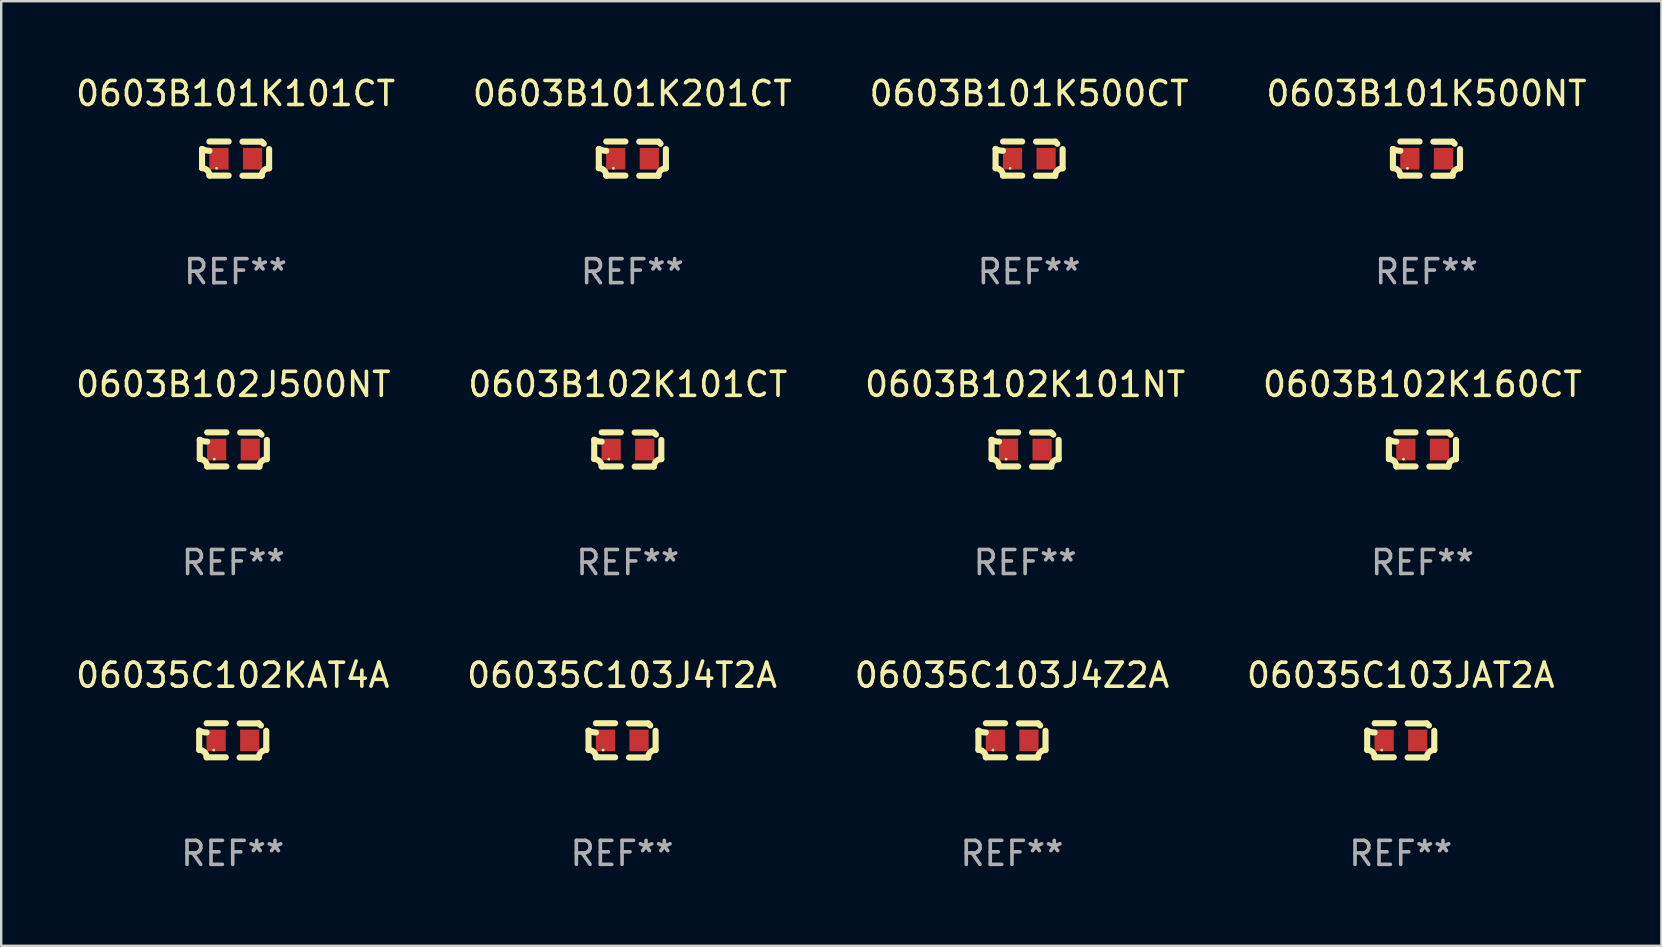
<source format=kicad_pcb>
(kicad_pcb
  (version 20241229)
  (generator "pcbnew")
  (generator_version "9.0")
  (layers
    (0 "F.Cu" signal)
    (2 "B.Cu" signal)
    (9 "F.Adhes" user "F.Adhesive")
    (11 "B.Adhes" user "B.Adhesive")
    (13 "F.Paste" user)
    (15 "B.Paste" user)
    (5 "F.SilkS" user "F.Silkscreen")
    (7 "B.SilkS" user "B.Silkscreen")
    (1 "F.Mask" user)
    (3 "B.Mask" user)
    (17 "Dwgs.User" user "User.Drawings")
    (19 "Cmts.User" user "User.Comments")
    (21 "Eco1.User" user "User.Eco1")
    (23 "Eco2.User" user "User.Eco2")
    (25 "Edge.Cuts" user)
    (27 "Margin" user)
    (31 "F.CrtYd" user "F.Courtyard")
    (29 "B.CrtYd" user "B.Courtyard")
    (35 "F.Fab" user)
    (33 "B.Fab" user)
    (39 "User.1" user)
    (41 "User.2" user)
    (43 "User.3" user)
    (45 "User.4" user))
  (footprint "06035C103JAT2A"
    (layer "F.Cu")
    (at 55.327 27.805)
    (property "Reference" "06035C103JAT2A" (at 0 -2.713 0) (layer "F.SilkS") (effects (font (size 1 1) (thickness 0.15))))
    (attr through_hole)
    (fp_line (start -1.398 -0.403) (end -1.398 0.397) (stroke (width 0.254) (type solid)) (layer "F.SilkS"))
    (fp_line (start -0.288 -0.713) (end -1.088 -0.713) (stroke (width 0.254) (type solid)) (layer "F.SilkS"))
    (fp_line (start -0.288 0.707) (end -1.088 0.707) (stroke (width 0.254) (type solid)) (layer "F.SilkS"))
    (fp_line (start 0.288 -0.707) (end 1.088 -0.707) (stroke (width 0.254) (type solid)) (layer "F.SilkS"))
    (fp_line (start 0.288 0.713) (end 1.088 0.713) (stroke (width 0.254) (type solid)) (layer "F.SilkS"))
    (fp_line (start 1.398 -0.397) (end 1.398 0.403) (stroke (width 0.254) (type solid)) (layer "F.SilkS"))
    (fp_arc (start -1.397789 0.397066) (mid -1.178701 0.487826) (end -1.08796 0.706922) (stroke (width 0.254001) (type solid)) (layer "F.SilkS"))
    (fp_arc (start -1.08796 -0.327176) (mid -1.247436 -0.346384) (end -1.39779 -0.402908) (stroke (width 0.254001) (type solid)) (layer "F.SilkS"))
    (fp_arc (start 1.087909 0.712738) (mid 1.178656 0.493655) (end 1.397739 0.402908) (stroke (width 0.254001) (type solid)) (layer "F.SilkS"))
    (fp_arc (start 1.175925 -0.618926) (mid 1.131917 -0.662923) (end 1.08791 -0.706922) (stroke (width 0.254001) (type solid)) (layer "F.SilkS"))
    (fp_circle (center -0.792 0.403) (end -0.762 0.403) (stroke (width 0.06) (type solid)) (fill no) (layer "F.SilkS"))
    (fp_text user "REF**" (at 0 4.713 0) (layer "F.Fab") (effects (font (size 1 1) (thickness 0.15))))
    (pad "1" smd rect (at -0.692 0.003) (size 0.8 0.9) (layers "F.Cu" "F.Mask" "F.Paste"))
    (pad "2" smd rect (at 0.708 0.003) (size 0.8 0.9) (layers "F.Cu" "F.Mask" "F.Paste")))
  (footprint "0603B101K500NT"
    (layer "F.Cu")
    (at 56.399 3.561)
    (property "Reference" "0603B101K500NT" (at 0 -2.713 0) (layer "F.SilkS") (effects (font (size 1 1) (thickness 0.15))))
    (attr through_hole)
    (fp_line (start -1.398 -0.403) (end -1.398 0.397) (stroke (width 0.254) (type solid)) (layer "F.SilkS"))
    (fp_line (start -0.288 -0.713) (end -1.088 -0.713) (stroke (width 0.254) (type solid)) (layer "F.SilkS"))
    (fp_line (start -0.288 0.707) (end -1.088 0.707) (stroke (width 0.254) (type solid)) (layer "F.SilkS"))
    (fp_line (start 0.288 -0.707) (end 1.088 -0.707) (stroke (width 0.254) (type solid)) (layer "F.SilkS"))
    (fp_line (start 0.288 0.713) (end 1.088 0.713) (stroke (width 0.254) (type solid)) (layer "F.SilkS"))
    (fp_line (start 1.398 -0.397) (end 1.398 0.403) (stroke (width 0.254) (type solid)) (layer "F.SilkS"))
    (fp_arc (start -1.397789 0.397066) (mid -1.178701 0.487826) (end -1.08796 0.706922) (stroke (width 0.254001) (type solid)) (layer "F.SilkS"))
    (fp_arc (start -1.08796 -0.327176) (mid -1.247436 -0.346384) (end -1.39779 -0.402908) (stroke (width 0.254001) (type solid)) (layer "F.SilkS"))
    (fp_arc (start 1.087909 0.712738) (mid 1.178656 0.493655) (end 1.397739 0.402908) (stroke (width 0.254001) (type solid)) (layer "F.SilkS"))
    (fp_arc (start 1.175925 -0.618926) (mid 1.131917 -0.662923) (end 1.08791 -0.706922) (stroke (width 0.254001) (type solid)) (layer "F.SilkS"))
    (fp_circle (center -0.792 0.403) (end -0.762 0.403) (stroke (width 0.06) (type solid)) (fill no) (layer "F.SilkS"))
    (fp_text user "REF**" (at 0 4.713 0) (layer "F.Fab") (effects (font (size 1 1) (thickness 0.15))))
    (pad "1" smd rect (at -0.692 0.003) (size 0.8 0.9) (layers "F.Cu" "F.Mask" "F.Paste"))
    (pad "2" smd rect (at 0.708 0.003) (size 0.8 0.9) (layers "F.Cu" "F.Mask" "F.Paste")))
  (footprint "0603B101K500CT"
    (layer "F.Cu")
    (at 39.839 3.561)
    (property "Reference" "0603B101K500CT" (at 0 -2.713 0) (layer "F.SilkS") (effects (font (size 1 1) (thickness 0.15))))
    (attr through_hole)
    (fp_line (start -1.398 -0.403) (end -1.398 0.397) (stroke (width 0.254) (type solid)) (layer "F.SilkS"))
    (fp_line (start -0.288 -0.713) (end -1.088 -0.713) (stroke (width 0.254) (type solid)) (layer "F.SilkS"))
    (fp_line (start -0.288 0.707) (end -1.088 0.707) (stroke (width 0.254) (type solid)) (layer "F.SilkS"))
    (fp_line (start 0.288 -0.707) (end 1.088 -0.707) (stroke (width 0.254) (type solid)) (layer "F.SilkS"))
    (fp_line (start 0.288 0.713) (end 1.088 0.713) (stroke (width 0.254) (type solid)) (layer "F.SilkS"))
    (fp_line (start 1.398 -0.397) (end 1.398 0.403) (stroke (width 0.254) (type solid)) (layer "F.SilkS"))
    (fp_arc (start -1.397789 0.397066) (mid -1.178701 0.487826) (end -1.08796 0.706922) (stroke (width 0.254001) (type solid)) (layer "F.SilkS"))
    (fp_arc (start -1.08796 -0.327176) (mid -1.247436 -0.346384) (end -1.39779 -0.402908) (stroke (width 0.254001) (type solid)) (layer "F.SilkS"))
    (fp_arc (start 1.087909 0.712738) (mid 1.178656 0.493655) (end 1.397739 0.402908) (stroke (width 0.254001) (type solid)) (layer "F.SilkS"))
    (fp_arc (start 1.175925 -0.618926) (mid 1.131917 -0.662923) (end 1.08791 -0.706922) (stroke (width 0.254001) (type solid)) (layer "F.SilkS"))
    (fp_circle (center -0.792 0.403) (end -0.762 0.403) (stroke (width 0.06) (type solid)) (fill no) (layer "F.SilkS"))
    (fp_text user "REF**" (at 0 4.713 0) (layer "F.Fab") (effects (font (size 1 1) (thickness 0.15))))
    (pad "1" smd rect (at -0.692 0.003) (size 0.8 0.9) (layers "F.Cu" "F.Mask" "F.Paste"))
    (pad "2" smd rect (at 0.708 0.003) (size 0.8 0.9) (layers "F.Cu" "F.Mask" "F.Paste")))
  (footprint "0603B101K101CT"
    (layer "F.Cu")
    (at 6.768 3.561)
    (property "Reference" "0603B101K101CT" (at 0 -2.713 0) (layer "F.SilkS") (effects (font (size 1 1) (thickness 0.15))))
    (attr through_hole)
    (fp_line (start -1.398 -0.403) (end -1.398 0.397) (stroke (width 0.254) (type solid)) (layer "F.SilkS"))
    (fp_line (start -0.288 -0.713) (end -1.088 -0.713) (stroke (width 0.254) (type solid)) (layer "F.SilkS"))
    (fp_line (start -0.288 0.707) (end -1.088 0.707) (stroke (width 0.254) (type solid)) (layer "F.SilkS"))
    (fp_line (start 0.288 -0.707) (end 1.088 -0.707) (stroke (width 0.254) (type solid)) (layer "F.SilkS"))
    (fp_line (start 0.288 0.713) (end 1.088 0.713) (stroke (width 0.254) (type solid)) (layer "F.SilkS"))
    (fp_line (start 1.398 -0.397) (end 1.398 0.403) (stroke (width 0.254) (type solid)) (layer "F.SilkS"))
    (fp_arc (start -1.397789 0.397066) (mid -1.178701 0.487826) (end -1.08796 0.706922) (stroke (width 0.254001) (type solid)) (layer "F.SilkS"))
    (fp_arc (start -1.08796 -0.327176) (mid -1.247436 -0.346384) (end -1.39779 -0.402908) (stroke (width 0.254001) (type solid)) (layer "F.SilkS"))
    (fp_arc (start 1.087909 0.712738) (mid 1.178656 0.493655) (end 1.397739 0.402908) (stroke (width 0.254001) (type solid)) (layer "F.SilkS"))
    (fp_arc (start 1.175925 -0.618926) (mid 1.131917 -0.662923) (end 1.08791 -0.706922) (stroke (width 0.254001) (type solid)) (layer "F.SilkS"))
    (fp_circle (center -0.792 0.403) (end -0.762 0.403) (stroke (width 0.06) (type solid)) (fill no) (layer "F.SilkS"))
    (fp_text user "REF**" (at 0 4.713 0) (layer "F.Fab") (effects (font (size 1 1) (thickness 0.15))))
    (pad "1" smd rect (at -0.692 0.003) (size 0.8 0.9) (layers "F.Cu" "F.Mask" "F.Paste"))
    (pad "2" smd rect (at 0.708 0.003) (size 0.8 0.9) (layers "F.Cu" "F.Mask" "F.Paste")))
  (footprint "0603B101K201CT"
    (layer "F.Cu")
    (at 23.304 3.561)
    (property "Reference" "0603B101K201CT" (at 0 -2.713 0) (layer "F.SilkS") (effects (font (size 1 1) (thickness 0.15))))
    (attr through_hole)
    (fp_line (start -1.398 -0.403) (end -1.398 0.397) (stroke (width 0.254) (type solid)) (layer "F.SilkS"))
    (fp_line (start -0.288 -0.713) (end -1.088 -0.713) (stroke (width 0.254) (type solid)) (layer "F.SilkS"))
    (fp_line (start -0.288 0.707) (end -1.088 0.707) (stroke (width 0.254) (type solid)) (layer "F.SilkS"))
    (fp_line (start 0.288 -0.707) (end 1.088 -0.707) (stroke (width 0.254) (type solid)) (layer "F.SilkS"))
    (fp_line (start 0.288 0.713) (end 1.088 0.713) (stroke (width 0.254) (type solid)) (layer "F.SilkS"))
    (fp_line (start 1.398 -0.397) (end 1.398 0.403) (stroke (width 0.254) (type solid)) (layer "F.SilkS"))
    (fp_arc (start -1.397789 0.397066) (mid -1.178701 0.487826) (end -1.08796 0.706922) (stroke (width 0.254001) (type solid)) (layer "F.SilkS"))
    (fp_arc (start -1.08796 -0.327176) (mid -1.247436 -0.346384) (end -1.39779 -0.402908) (stroke (width 0.254001) (type solid)) (layer "F.SilkS"))
    (fp_arc (start 1.087909 0.712738) (mid 1.178656 0.493655) (end 1.397739 0.402908) (stroke (width 0.254001) (type solid)) (layer "F.SilkS"))
    (fp_arc (start 1.175925 -0.618926) (mid 1.131917 -0.662923) (end 1.08791 -0.706922) (stroke (width 0.254001) (type solid)) (layer "F.SilkS"))
    (fp_circle (center -0.792 0.403) (end -0.762 0.403) (stroke (width 0.06) (type solid)) (fill no) (layer "F.SilkS"))
    (fp_text user "REF**" (at 0 4.713 0) (layer "F.Fab") (effects (font (size 1 1) (thickness 0.15))))
    (pad "1" smd rect (at -0.692 0.003) (size 0.8 0.9) (layers "F.Cu" "F.Mask" "F.Paste"))
    (pad "2" smd rect (at 0.708 0.003) (size 0.8 0.9) (layers "F.Cu" "F.Mask" "F.Paste")))
  (footprint "0603B102J500NT"
    (layer "F.Cu")
    (at 6.673 15.683)
    (property "Reference" "0603B102J500NT" (at 0 -2.713 0) (layer "F.SilkS") (effects (font (size 1 1) (thickness 0.15))))
    (attr through_hole)
    (fp_line (start -1.398 -0.403) (end -1.398 0.397) (stroke (width 0.254) (type solid)) (layer "F.SilkS"))
    (fp_line (start -0.288 -0.713) (end -1.088 -0.713) (stroke (width 0.254) (type solid)) (layer "F.SilkS"))
    (fp_line (start -0.288 0.707) (end -1.088 0.707) (stroke (width 0.254) (type solid)) (layer "F.SilkS"))
    (fp_line (start 0.288 -0.707) (end 1.088 -0.707) (stroke (width 0.254) (type solid)) (layer "F.SilkS"))
    (fp_line (start 0.288 0.713) (end 1.088 0.713) (stroke (width 0.254) (type solid)) (layer "F.SilkS"))
    (fp_line (start 1.398 -0.397) (end 1.398 0.403) (stroke (width 0.254) (type solid)) (layer "F.SilkS"))
    (fp_arc (start -1.397789 0.397066) (mid -1.178701 0.487826) (end -1.08796 0.706922) (stroke (width 0.254001) (type solid)) (layer "F.SilkS"))
    (fp_arc (start -1.08796 -0.327176) (mid -1.247436 -0.346384) (end -1.39779 -0.402908) (stroke (width 0.254001) (type solid)) (layer "F.SilkS"))
    (fp_arc (start 1.087909 0.712738) (mid 1.178656 0.493655) (end 1.397739 0.402908) (stroke (width 0.254001) (type solid)) (layer "F.SilkS"))
    (fp_arc (start 1.175925 -0.618926) (mid 1.131917 -0.662923) (end 1.08791 -0.706922) (stroke (width 0.254001) (type solid)) (layer "F.SilkS"))
    (fp_circle (center -0.792 0.403) (end -0.762 0.403) (stroke (width 0.06) (type solid)) (fill no) (layer "F.SilkS"))
    (fp_text user "REF**" (at 0 4.713 0) (layer "F.Fab") (effects (font (size 1 1) (thickness 0.15))))
    (pad "1" smd rect (at -0.692 0.003) (size 0.8 0.9) (layers "F.Cu" "F.Mask" "F.Paste"))
    (pad "2" smd rect (at 0.708 0.003) (size 0.8 0.9) (layers "F.Cu" "F.Mask" "F.Paste")))
  (footprint "06035C103J4Z2A"
    (layer "F.Cu")
    (at 39.125 27.805)
    (property "Reference" "06035C103J4Z2A" (at 0 -2.713 0) (layer "F.SilkS") (effects (font (size 1 1) (thickness 0.15))))
    (attr through_hole)
    (fp_line (start -1.398 -0.403) (end -1.398 0.397) (stroke (width 0.254) (type solid)) (layer "F.SilkS"))
    (fp_line (start -0.288 -0.713) (end -1.088 -0.713) (stroke (width 0.254) (type solid)) (layer "F.SilkS"))
    (fp_line (start -0.288 0.707) (end -1.088 0.707) (stroke (width 0.254) (type solid)) (layer "F.SilkS"))
    (fp_line (start 0.288 -0.707) (end 1.088 -0.707) (stroke (width 0.254) (type solid)) (layer "F.SilkS"))
    (fp_line (start 0.288 0.713) (end 1.088 0.713) (stroke (width 0.254) (type solid)) (layer "F.SilkS"))
    (fp_line (start 1.398 -0.397) (end 1.398 0.403) (stroke (width 0.254) (type solid)) (layer "F.SilkS"))
    (fp_arc (start -1.397789 0.397066) (mid -1.178701 0.487826) (end -1.08796 0.706922) (stroke (width 0.254001) (type solid)) (layer "F.SilkS"))
    (fp_arc (start -1.08796 -0.327176) (mid -1.247436 -0.346384) (end -1.39779 -0.402908) (stroke (width 0.254001) (type solid)) (layer "F.SilkS"))
    (fp_arc (start 1.087909 0.712738) (mid 1.178656 0.493655) (end 1.397739 0.402908) (stroke (width 0.254001) (type solid)) (layer "F.SilkS"))
    (fp_arc (start 1.175925 -0.618926) (mid 1.131917 -0.662923) (end 1.08791 -0.706922) (stroke (width 0.254001) (type solid)) (layer "F.SilkS"))
    (fp_circle (center -0.792 0.403) (end -0.762 0.403) (stroke (width 0.06) (type solid)) (fill no) (layer "F.SilkS"))
    (fp_text user "REF**" (at 0 4.713 0) (layer "F.Fab") (effects (font (size 1 1) (thickness 0.15))))
    (pad "1" smd rect (at -0.692 0.003) (size 0.8 0.9) (layers "F.Cu" "F.Mask" "F.Paste"))
    (pad "2" smd rect (at 0.708 0.003) (size 0.8 0.9) (layers "F.Cu" "F.Mask" "F.Paste")))
  (footprint "0603B102K101NT"
    (layer "F.Cu")
    (at 39.673 15.683)
    (property "Reference" "0603B102K101NT" (at 0 -2.713 0) (layer "F.SilkS") (effects (font (size 1 1) (thickness 0.15))))
    (attr through_hole)
    (fp_line (start -1.398 -0.403) (end -1.398 0.397) (stroke (width 0.254) (type solid)) (layer "F.SilkS"))
    (fp_line (start -0.288 -0.713) (end -1.088 -0.713) (stroke (width 0.254) (type solid)) (layer "F.SilkS"))
    (fp_line (start -0.288 0.707) (end -1.088 0.707) (stroke (width 0.254) (type solid)) (layer "F.SilkS"))
    (fp_line (start 0.288 -0.707) (end 1.088 -0.707) (stroke (width 0.254) (type solid)) (layer "F.SilkS"))
    (fp_line (start 0.288 0.713) (end 1.088 0.713) (stroke (width 0.254) (type solid)) (layer "F.SilkS"))
    (fp_line (start 1.398 -0.397) (end 1.398 0.403) (stroke (width 0.254) (type solid)) (layer "F.SilkS"))
    (fp_arc (start -1.397789 0.397066) (mid -1.178701 0.487826) (end -1.08796 0.706922) (stroke (width 0.254001) (type solid)) (layer "F.SilkS"))
    (fp_arc (start -1.08796 -0.327176) (mid -1.247436 -0.346384) (end -1.39779 -0.402908) (stroke (width 0.254001) (type solid)) (layer "F.SilkS"))
    (fp_arc (start 1.087909 0.712738) (mid 1.178656 0.493655) (end 1.397739 0.402908) (stroke (width 0.254001) (type solid)) (layer "F.SilkS"))
    (fp_arc (start 1.175925 -0.618926) (mid 1.131917 -0.662923) (end 1.08791 -0.706922) (stroke (width 0.254001) (type solid)) (layer "F.SilkS"))
    (fp_circle (center -0.792 0.403) (end -0.762 0.403) (stroke (width 0.06) (type solid)) (fill no) (layer "F.SilkS"))
    (fp_text user "REF**" (at 0 4.713 0) (layer "F.Fab") (effects (font (size 1 1) (thickness 0.15))))
    (pad "1" smd rect (at -0.692 0.003) (size 0.8 0.9) (layers "F.Cu" "F.Mask" "F.Paste"))
    (pad "2" smd rect (at 0.708 0.003) (size 0.8 0.9) (layers "F.Cu" "F.Mask" "F.Paste")))
  (footprint "06035C102KAT4A"
    (layer "F.Cu")
    (at 6.649 27.805)
    (property "Reference" "06035C102KAT4A" (at 0 -2.713 0) (layer "F.SilkS") (effects (font (size 1 1) (thickness 0.15))))
    (attr through_hole)
    (fp_line (start -1.398 -0.403) (end -1.398 0.397) (stroke (width 0.254) (type solid)) (layer "F.SilkS"))
    (fp_line (start -0.288 -0.713) (end -1.088 -0.713) (stroke (width 0.254) (type solid)) (layer "F.SilkS"))
    (fp_line (start -0.288 0.707) (end -1.088 0.707) (stroke (width 0.254) (type solid)) (layer "F.SilkS"))
    (fp_line (start 0.288 -0.707) (end 1.088 -0.707) (stroke (width 0.254) (type solid)) (layer "F.SilkS"))
    (fp_line (start 0.288 0.713) (end 1.088 0.713) (stroke (width 0.254) (type solid)) (layer "F.SilkS"))
    (fp_line (start 1.398 -0.397) (end 1.398 0.403) (stroke (width 0.254) (type solid)) (layer "F.SilkS"))
    (fp_arc (start -1.397789 0.397066) (mid -1.178701 0.487826) (end -1.08796 0.706922) (stroke (width 0.254001) (type solid)) (layer "F.SilkS"))
    (fp_arc (start -1.08796 -0.327176) (mid -1.247436 -0.346384) (end -1.39779 -0.402908) (stroke (width 0.254001) (type solid)) (layer "F.SilkS"))
    (fp_arc (start 1.087909 0.712738) (mid 1.178656 0.493655) (end 1.397739 0.402908) (stroke (width 0.254001) (type solid)) (layer "F.SilkS"))
    (fp_arc (start 1.175925 -0.618926) (mid 1.131917 -0.662923) (end 1.08791 -0.706922) (stroke (width 0.254001) (type solid)) (layer "F.SilkS"))
    (fp_circle (center -0.792 0.403) (end -0.762 0.403) (stroke (width 0.06) (type solid)) (fill no) (layer "F.SilkS"))
    (fp_text user "REF**" (at 0 4.713 0) (layer "F.Fab") (effects (font (size 1 1) (thickness 0.15))))
    (pad "1" smd rect (at -0.692 0.003) (size 0.8 0.9) (layers "F.Cu" "F.Mask" "F.Paste"))
    (pad "2" smd rect (at 0.708 0.003) (size 0.8 0.9) (layers "F.Cu" "F.Mask" "F.Paste")))
  (footprint "0603B102K101CT"
    (layer "F.Cu")
    (at 23.113 15.683)
    (property "Reference" "0603B102K101CT" (at 0 -2.713 0) (layer "F.SilkS") (effects (font (size 1 1) (thickness 0.15))))
    (attr through_hole)
    (fp_line (start -1.398 -0.403) (end -1.398 0.397) (stroke (width 0.254) (type solid)) (layer "F.SilkS"))
    (fp_line (start -0.288 -0.713) (end -1.088 -0.713) (stroke (width 0.254) (type solid)) (layer "F.SilkS"))
    (fp_line (start -0.288 0.707) (end -1.088 0.707) (stroke (width 0.254) (type solid)) (layer "F.SilkS"))
    (fp_line (start 0.288 -0.707) (end 1.088 -0.707) (stroke (width 0.254) (type solid)) (layer "F.SilkS"))
    (fp_line (start 0.288 0.713) (end 1.088 0.713) (stroke (width 0.254) (type solid)) (layer "F.SilkS"))
    (fp_line (start 1.398 -0.397) (end 1.398 0.403) (stroke (width 0.254) (type solid)) (layer "F.SilkS"))
    (fp_arc (start -1.397789 0.397066) (mid -1.178701 0.487826) (end -1.08796 0.706922) (stroke (width 0.254001) (type solid)) (layer "F.SilkS"))
    (fp_arc (start -1.08796 -0.327176) (mid -1.247436 -0.346384) (end -1.39779 -0.402908) (stroke (width 0.254001) (type solid)) (layer "F.SilkS"))
    (fp_arc (start 1.087909 0.712738) (mid 1.178656 0.493655) (end 1.397739 0.402908) (stroke (width 0.254001) (type solid)) (layer "F.SilkS"))
    (fp_arc (start 1.175925 -0.618926) (mid 1.131917 -0.662923) (end 1.08791 -0.706922) (stroke (width 0.254001) (type solid)) (layer "F.SilkS"))
    (fp_circle (center -0.792 0.403) (end -0.762 0.403) (stroke (width 0.06) (type solid)) (fill no) (layer "F.SilkS"))
    (fp_text user "REF**" (at 0 4.713 0) (layer "F.Fab") (effects (font (size 1 1) (thickness 0.15))))
    (pad "1" smd rect (at -0.692 0.003) (size 0.8 0.9) (layers "F.Cu" "F.Mask" "F.Paste"))
    (pad "2" smd rect (at 0.708 0.003) (size 0.8 0.9) (layers "F.Cu" "F.Mask" "F.Paste")))
  (footprint "0603B102K160CT"
    (layer "F.Cu")
    (at 56.232 15.683)
    (property "Reference" "0603B102K160CT" (at 0 -2.713 0) (layer "F.SilkS") (effects (font (size 1 1) (thickness 0.15))))
    (attr through_hole)
    (fp_line (start -1.398 -0.403) (end -1.398 0.397) (stroke (width 0.254) (type solid)) (layer "F.SilkS"))
    (fp_line (start -0.288 -0.713) (end -1.088 -0.713) (stroke (width 0.254) (type solid)) (layer "F.SilkS"))
    (fp_line (start -0.288 0.707) (end -1.088 0.707) (stroke (width 0.254) (type solid)) (layer "F.SilkS"))
    (fp_line (start 0.288 -0.707) (end 1.088 -0.707) (stroke (width 0.254) (type solid)) (layer "F.SilkS"))
    (fp_line (start 0.288 0.713) (end 1.088 0.713) (stroke (width 0.254) (type solid)) (layer "F.SilkS"))
    (fp_line (start 1.398 -0.397) (end 1.398 0.403) (stroke (width 0.254) (type solid)) (layer "F.SilkS"))
    (fp_arc (start -1.397789 0.397066) (mid -1.178701 0.487826) (end -1.08796 0.706922) (stroke (width 0.254001) (type solid)) (layer "F.SilkS"))
    (fp_arc (start -1.08796 -0.327176) (mid -1.247436 -0.346384) (end -1.39779 -0.402908) (stroke (width 0.254001) (type solid)) (layer "F.SilkS"))
    (fp_arc (start 1.087909 0.712738) (mid 1.178656 0.493655) (end 1.397739 0.402908) (stroke (width 0.254001) (type solid)) (layer "F.SilkS"))
    (fp_arc (start 1.175925 -0.618926) (mid 1.131917 -0.662923) (end 1.08791 -0.706922) (stroke (width 0.254001) (type solid)) (layer "F.SilkS"))
    (fp_circle (center -0.792 0.403) (end -0.762 0.403) (stroke (width 0.06) (type solid)) (fill no) (layer "F.SilkS"))
    (fp_text user "REF**" (at 0 4.713 0) (layer "F.Fab") (effects (font (size 1 1) (thickness 0.15))))
    (pad "1" smd rect (at -0.692 0.003) (size 0.8 0.9) (layers "F.Cu" "F.Mask" "F.Paste"))
    (pad "2" smd rect (at 0.708 0.003) (size 0.8 0.9) (layers "F.Cu" "F.Mask" "F.Paste")))
  (footprint "06035C103J4T2A"
    (layer "F.Cu")
    (at 22.875 27.805)
    (property "Reference" "06035C103J4T2A" (at 0 -2.713 0) (layer "F.SilkS") (effects (font (size 1 1) (thickness 0.15))))
    (attr through_hole)
    (fp_line (start -1.398 -0.403) (end -1.398 0.397) (stroke (width 0.254) (type solid)) (layer "F.SilkS"))
    (fp_line (start -0.288 -0.713) (end -1.088 -0.713) (stroke (width 0.254) (type solid)) (layer "F.SilkS"))
    (fp_line (start -0.288 0.707) (end -1.088 0.707) (stroke (width 0.254) (type solid)) (layer "F.SilkS"))
    (fp_line (start 0.288 -0.707) (end 1.088 -0.707) (stroke (width 0.254) (type solid)) (layer "F.SilkS"))
    (fp_line (start 0.288 0.713) (end 1.088 0.713) (stroke (width 0.254) (type solid)) (layer "F.SilkS"))
    (fp_line (start 1.398 -0.397) (end 1.398 0.403) (stroke (width 0.254) (type solid)) (layer "F.SilkS"))
    (fp_arc (start -1.397789 0.397066) (mid -1.178701 0.487826) (end -1.08796 0.706922) (stroke (width 0.254001) (type solid)) (layer "F.SilkS"))
    (fp_arc (start -1.08796 -0.327176) (mid -1.247436 -0.346384) (end -1.39779 -0.402908) (stroke (width 0.254001) (type solid)) (layer "F.SilkS"))
    (fp_arc (start 1.087909 0.712738) (mid 1.178656 0.493655) (end 1.397739 0.402908) (stroke (width 0.254001) (type solid)) (layer "F.SilkS"))
    (fp_arc (start 1.175925 -0.618926) (mid 1.131917 -0.662923) (end 1.08791 -0.706922) (stroke (width 0.254001) (type solid)) (layer "F.SilkS"))
    (fp_circle (center -0.792 0.403) (end -0.762 0.403) (stroke (width 0.06) (type solid)) (fill no) (layer "F.SilkS"))
    (fp_text user "REF**" (at 0 4.713 0) (layer "F.Fab") (effects (font (size 1 1) (thickness 0.15))))
    (pad "1" smd rect (at -0.692 0.003) (size 0.8 0.9) (layers "F.Cu" "F.Mask" "F.Paste"))
    (pad "2" smd rect (at 0.708 0.003) (size 0.8 0.9) (layers "F.Cu" "F.Mask" "F.Paste")))
  (gr_rect
    (start -3 -3)
    (end 66.19 36.366)
    (stroke (width 0.1) (type default))
    (fill no)
    (layer "Edge.Cuts")))
</source>
